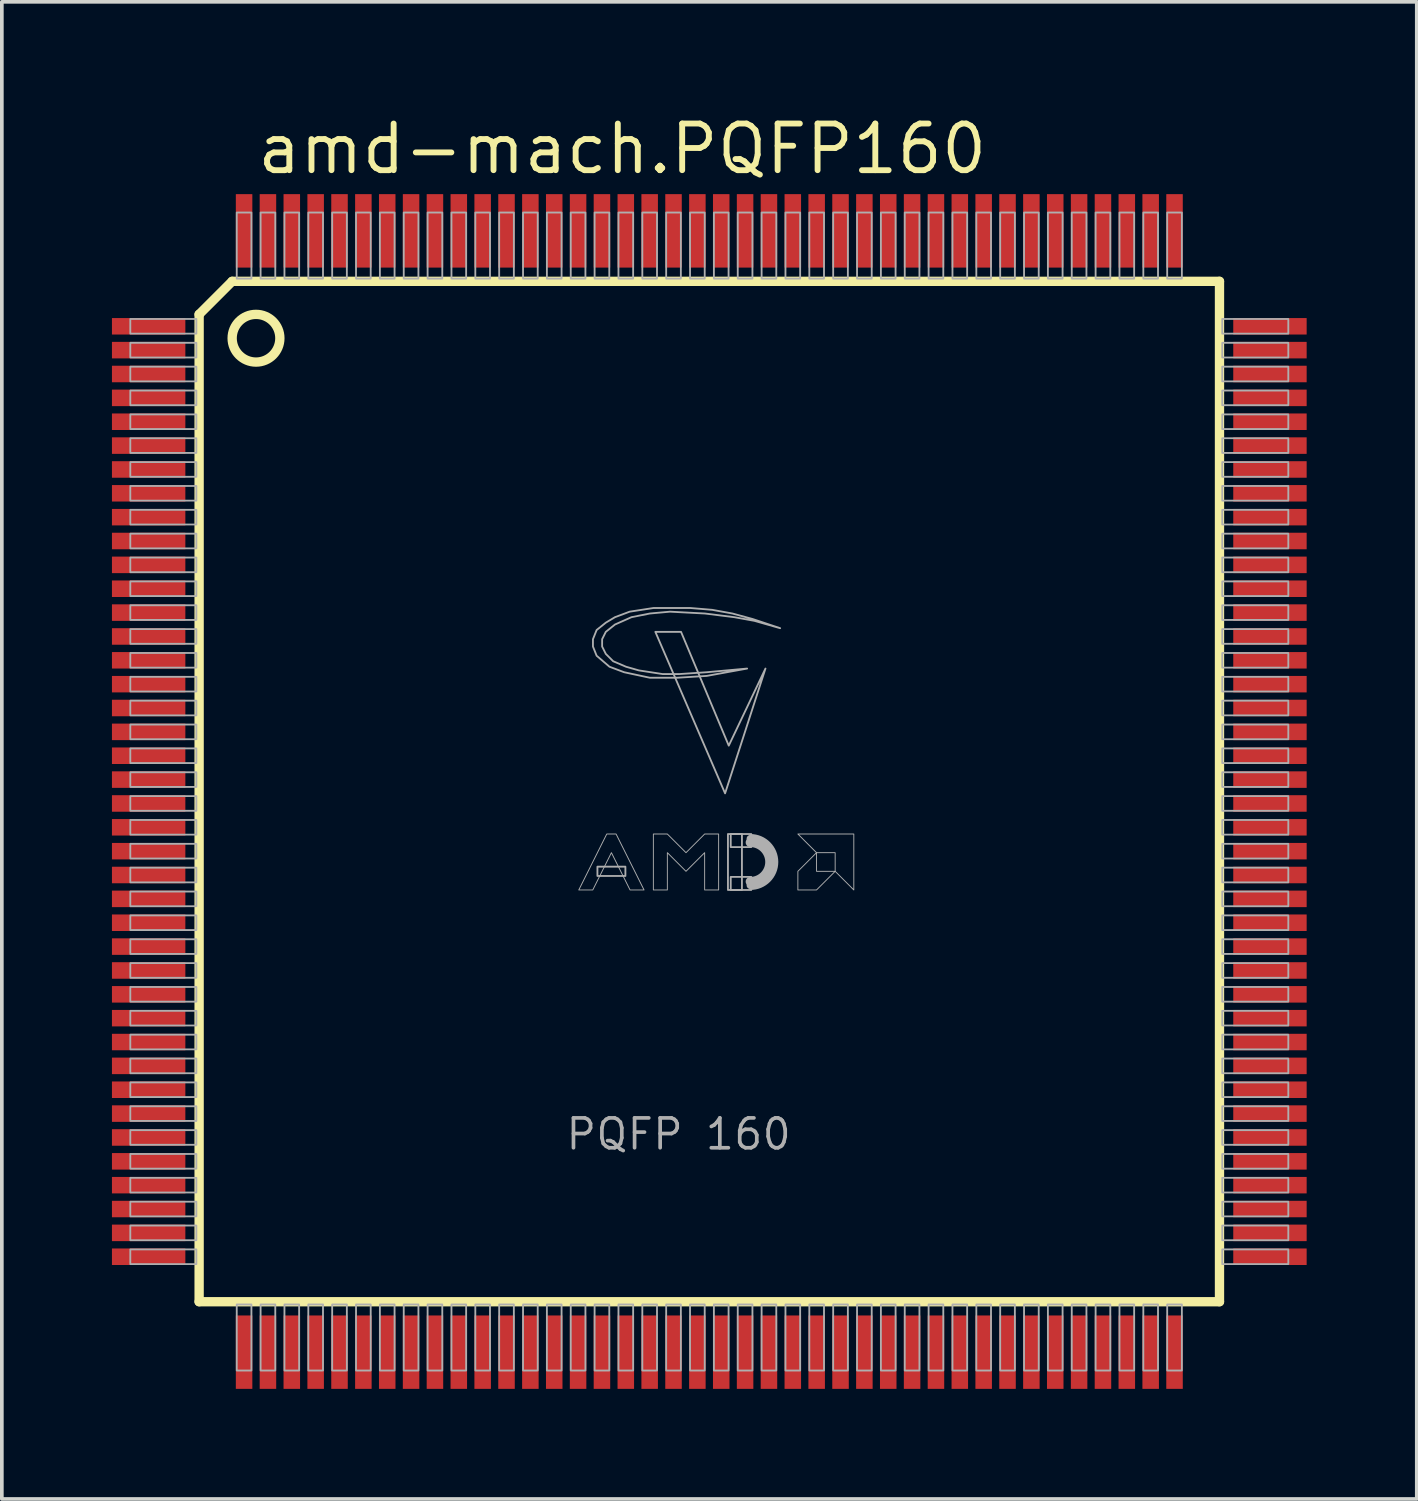
<source format=kicad_pcb>
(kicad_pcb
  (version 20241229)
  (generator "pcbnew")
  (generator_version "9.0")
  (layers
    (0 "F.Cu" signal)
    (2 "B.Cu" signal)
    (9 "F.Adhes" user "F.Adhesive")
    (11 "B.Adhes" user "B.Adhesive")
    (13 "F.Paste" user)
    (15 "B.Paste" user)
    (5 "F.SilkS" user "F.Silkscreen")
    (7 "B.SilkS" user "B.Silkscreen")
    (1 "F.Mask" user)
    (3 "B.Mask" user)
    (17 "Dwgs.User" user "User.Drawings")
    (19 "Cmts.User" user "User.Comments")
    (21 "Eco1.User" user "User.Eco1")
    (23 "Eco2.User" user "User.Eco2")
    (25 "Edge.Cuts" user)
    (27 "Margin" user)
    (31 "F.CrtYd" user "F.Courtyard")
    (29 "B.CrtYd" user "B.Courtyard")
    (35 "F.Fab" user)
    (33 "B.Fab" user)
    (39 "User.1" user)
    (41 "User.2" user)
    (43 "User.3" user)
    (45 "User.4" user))
  (footprint "amd-mach.PQFP160"
    (layer "F.Cu")
    (at 16.275 18.515)
    (property "Reference" "amd-mach.PQFP160" (at -12.395 -16.765 0) (layer "F.SilkS") (effects (font (size 1.27 1.27) (thickness 0.16)) (justify left bottom)))
    (attr smd)
    (fp_line (start -13.9 -13) (end -13 -13.9) (stroke (width 0.254) (type default)) (layer "F.SilkS"))
    (fp_line (start -13.9 13.9) (end -13.9 -13) (stroke (width 0.254) (type default)) (layer "F.SilkS"))
    (fp_line (start -13 -13.9) (end 13.9 -13.9) (stroke (width 0.254) (type default)) (layer "F.SilkS"))
    (fp_line (start 13.9 -13.9) (end 13.9 13.9) (stroke (width 0.254) (type default)) (layer "F.SilkS"))
    (fp_line (start 13.9 13.9) (end -13.9 13.9) (stroke (width 0.254) (type default)) (layer "F.SilkS"))
    (fp_circle (center -12.35 -12.35) (end -11.7 -12.35) (stroke (width 0.254) (type default)) (fill no) (layer "F.SilkS"))
    (fp_rect (start -15.775 -12.475) (end -13.975 -12.875) (stroke (width 0.05) (type default)) (fill no) (layer "F.Fab"))
    (fp_rect (start -15.775 -11.825) (end -13.975 -12.225) (stroke (width 0.05) (type default)) (fill no) (layer "F.Fab"))
    (fp_rect (start -15.775 -11.175) (end -13.975 -11.575) (stroke (width 0.05) (type default)) (fill no) (layer "F.Fab"))
    (fp_rect (start -15.775 -10.525) (end -13.975 -10.925) (stroke (width 0.05) (type default)) (fill no) (layer "F.Fab"))
    (fp_rect (start -15.775 -9.875) (end -13.975 -10.275) (stroke (width 0.05) (type default)) (fill no) (layer "F.Fab"))
    (fp_rect (start -15.775 -9.225) (end -13.975 -9.625) (stroke (width 0.05) (type default)) (fill no) (layer "F.Fab"))
    (fp_rect (start -15.775 -8.575) (end -13.975 -8.975) (stroke (width 0.05) (type default)) (fill no) (layer "F.Fab"))
    (fp_rect (start -15.775 -7.925) (end -13.975 -8.325) (stroke (width 0.05) (type default)) (fill no) (layer "F.Fab"))
    (fp_rect (start -15.775 -7.275) (end -13.975 -7.675) (stroke (width 0.05) (type default)) (fill no) (layer "F.Fab"))
    (fp_rect (start -15.775 -6.625) (end -13.975 -7.025) (stroke (width 0.05) (type default)) (fill no) (layer "F.Fab"))
    (fp_rect (start -15.775 -5.975) (end -13.975 -6.375) (stroke (width 0.05) (type default)) (fill no) (layer "F.Fab"))
    (fp_rect (start -15.775 -5.325) (end -13.975 -5.725) (stroke (width 0.05) (type default)) (fill no) (layer "F.Fab"))
    (fp_rect (start -15.775 -4.675) (end -13.975 -5.075) (stroke (width 0.05) (type default)) (fill no) (layer "F.Fab"))
    (fp_rect (start -15.775 -4.025) (end -13.975 -4.425) (stroke (width 0.05) (type default)) (fill no) (layer "F.Fab"))
    (fp_rect (start -15.775 -3.375) (end -13.975 -3.775) (stroke (width 0.05) (type default)) (fill no) (layer "F.Fab"))
    (fp_rect (start -15.775 -2.725) (end -13.975 -3.125) (stroke (width 0.05) (type default)) (fill no) (layer "F.Fab"))
    (fp_rect (start -15.775 -2.075) (end -13.975 -2.475) (stroke (width 0.05) (type default)) (fill no) (layer "F.Fab"))
    (fp_rect (start -15.775 -1.425) (end -13.975 -1.825) (stroke (width 0.05) (type default)) (fill no) (layer "F.Fab"))
    (fp_rect (start -15.775 -0.775) (end -13.975 -1.175) (stroke (width 0.05) (type default)) (fill no) (layer "F.Fab"))
    (fp_rect (start -15.775 -0.125) (end -13.975 -0.525) (stroke (width 0.05) (type default)) (fill no) (layer "F.Fab"))
    (fp_rect (start -15.775 0.525) (end -13.975 0.125) (stroke (width 0.05) (type default)) (fill no) (layer "F.Fab"))
    (fp_rect (start -15.775 1.175) (end -13.975 0.775) (stroke (width 0.05) (type default)) (fill no) (layer "F.Fab"))
    (fp_rect (start -15.775 1.825) (end -13.975 1.425) (stroke (width 0.05) (type default)) (fill no) (layer "F.Fab"))
    (fp_rect (start -15.775 2.475) (end -13.975 2.075) (stroke (width 0.05) (type default)) (fill no) (layer "F.Fab"))
    (fp_rect (start -15.775 3.125) (end -13.975 2.725) (stroke (width 0.05) (type default)) (fill no) (layer "F.Fab"))
    (fp_rect (start -15.775 3.775) (end -13.975 3.375) (stroke (width 0.05) (type default)) (fill no) (layer "F.Fab"))
    (fp_rect (start -15.775 4.425) (end -13.975 4.025) (stroke (width 0.05) (type default)) (fill no) (layer "F.Fab"))
    (fp_rect (start -15.775 5.075) (end -13.975 4.675) (stroke (width 0.05) (type default)) (fill no) (layer "F.Fab"))
    (fp_rect (start -15.775 5.725) (end -13.975 5.325) (stroke (width 0.05) (type default)) (fill no) (layer "F.Fab"))
    (fp_rect (start -15.775 6.375) (end -13.975 5.975) (stroke (width 0.05) (type default)) (fill no) (layer "F.Fab"))
    (fp_rect (start -15.775 7.025) (end -13.975 6.625) (stroke (width 0.05) (type default)) (fill no) (layer "F.Fab"))
    (fp_rect (start -15.775 7.675) (end -13.975 7.275) (stroke (width 0.05) (type default)) (fill no) (layer "F.Fab"))
    (fp_rect (start -15.775 8.325) (end -13.975 7.925) (stroke (width 0.05) (type default)) (fill no) (layer "F.Fab"))
    (fp_rect (start -15.775 8.975) (end -13.975 8.575) (stroke (width 0.05) (type default)) (fill no) (layer "F.Fab"))
    (fp_rect (start -15.775 9.625) (end -13.975 9.225) (stroke (width 0.05) (type default)) (fill no) (layer "F.Fab"))
    (fp_rect (start -15.775 10.275) (end -13.975 9.875) (stroke (width 0.05) (type default)) (fill no) (layer "F.Fab"))
    (fp_rect (start -15.775 10.925) (end -13.975 10.525) (stroke (width 0.05) (type default)) (fill no) (layer "F.Fab"))
    (fp_rect (start -15.775 11.575) (end -13.975 11.175) (stroke (width 0.05) (type default)) (fill no) (layer "F.Fab"))
    (fp_rect (start -15.775 12.225) (end -13.975 11.825) (stroke (width 0.05) (type default)) (fill no) (layer "F.Fab"))
    (fp_rect (start -15.775 12.875) (end -13.975 12.475) (stroke (width 0.05) (type default)) (fill no) (layer "F.Fab"))
    (fp_rect (start -12.875 -13.975) (end -12.475 -15.775) (stroke (width 0.05) (type default)) (fill no) (layer "F.Fab"))
    (fp_rect (start -12.875 15.775) (end -12.475 13.975) (stroke (width 0.05) (type default)) (fill no) (layer "F.Fab"))
    (fp_rect (start -12.225 -13.975) (end -11.825 -15.775) (stroke (width 0.05) (type default)) (fill no) (layer "F.Fab"))
    (fp_rect (start -12.225 15.775) (end -11.825 13.975) (stroke (width 0.05) (type default)) (fill no) (layer "F.Fab"))
    (fp_rect (start -11.575 -13.975) (end -11.175 -15.775) (stroke (width 0.05) (type default)) (fill no) (layer "F.Fab"))
    (fp_rect (start -11.575 15.775) (end -11.175 13.975) (stroke (width 0.05) (type default)) (fill no) (layer "F.Fab"))
    (fp_rect (start -10.925 -13.975) (end -10.525 -15.775) (stroke (width 0.05) (type default)) (fill no) (layer "F.Fab"))
    (fp_rect (start -10.925 15.775) (end -10.525 13.975) (stroke (width 0.05) (type default)) (fill no) (layer "F.Fab"))
    (fp_rect (start -10.275 -13.975) (end -9.875 -15.775) (stroke (width 0.05) (type default)) (fill no) (layer "F.Fab"))
    (fp_rect (start -10.275 15.775) (end -9.875 13.975) (stroke (width 0.05) (type default)) (fill no) (layer "F.Fab"))
    (fp_rect (start -9.625 -13.975) (end -9.225 -15.775) (stroke (width 0.05) (type default)) (fill no) (layer "F.Fab"))
    (fp_rect (start -9.625 15.775) (end -9.225 13.975) (stroke (width 0.05) (type default)) (fill no) (layer "F.Fab"))
    (fp_rect (start -8.975 -13.975) (end -8.575 -15.775) (stroke (width 0.05) (type default)) (fill no) (layer "F.Fab"))
    (fp_rect (start -8.975 15.775) (end -8.575 13.975) (stroke (width 0.05) (type default)) (fill no) (layer "F.Fab"))
    (fp_rect (start -8.325 -13.975) (end -7.925 -15.775) (stroke (width 0.05) (type default)) (fill no) (layer "F.Fab"))
    (fp_rect (start -8.325 15.775) (end -7.925 13.975) (stroke (width 0.05) (type default)) (fill no) (layer "F.Fab"))
    (fp_rect (start -7.675 -13.975) (end -7.275 -15.775) (stroke (width 0.05) (type default)) (fill no) (layer "F.Fab"))
    (fp_rect (start -7.675 15.775) (end -7.275 13.975) (stroke (width 0.05) (type default)) (fill no) (layer "F.Fab"))
    (fp_rect (start -7.025 -13.975) (end -6.625 -15.775) (stroke (width 0.05) (type default)) (fill no) (layer "F.Fab"))
    (fp_rect (start -7.025 15.775) (end -6.625 13.975) (stroke (width 0.05) (type default)) (fill no) (layer "F.Fab"))
    (fp_rect (start -6.375 -13.975) (end -5.975 -15.775) (stroke (width 0.05) (type default)) (fill no) (layer "F.Fab"))
    (fp_rect (start -6.375 15.775) (end -5.975 13.975) (stroke (width 0.05) (type default)) (fill no) (layer "F.Fab"))
    (fp_rect (start -5.725 -13.975) (end -5.325 -15.775) (stroke (width 0.05) (type default)) (fill no) (layer "F.Fab"))
    (fp_rect (start -5.725 15.775) (end -5.325 13.975) (stroke (width 0.05) (type default)) (fill no) (layer "F.Fab"))
    (fp_rect (start -5.075 -13.975) (end -4.675 -15.775) (stroke (width 0.05) (type default)) (fill no) (layer "F.Fab"))
    (fp_rect (start -5.075 15.775) (end -4.675 13.975) (stroke (width 0.05) (type default)) (fill no) (layer "F.Fab"))
    (fp_rect (start -4.425 -13.975) (end -4.025 -15.775) (stroke (width 0.05) (type default)) (fill no) (layer "F.Fab"))
    (fp_rect (start -4.425 15.775) (end -4.025 13.975) (stroke (width 0.05) (type default)) (fill no) (layer "F.Fab"))
    (fp_rect (start -3.775 -13.975) (end -3.375 -15.775) (stroke (width 0.05) (type default)) (fill no) (layer "F.Fab"))
    (fp_rect (start -3.775 15.775) (end -3.375 13.975) (stroke (width 0.05) (type default)) (fill no) (layer "F.Fab"))
    (fp_rect (start -3.125 -13.975) (end -2.725 -15.775) (stroke (width 0.05) (type default)) (fill no) (layer "F.Fab"))
    (fp_rect (start -3.125 15.775) (end -2.725 13.975) (stroke (width 0.05) (type default)) (fill no) (layer "F.Fab"))
    (fp_rect (start -3.048 2.301) (end -2.286 2.047) (stroke (width 0.05) (type default)) (fill no) (layer "F.Fab"))
    (fp_rect (start -2.475 -13.975) (end -2.075 -15.775) (stroke (width 0.05) (type default)) (fill no) (layer "F.Fab"))
    (fp_rect (start -2.475 15.775) (end -2.075 13.975) (stroke (width 0.05) (type default)) (fill no) (layer "F.Fab"))
    (fp_rect (start -1.825 -13.975) (end -1.425 -15.775) (stroke (width 0.05) (type default)) (fill no) (layer "F.Fab"))
    (fp_rect (start -1.825 15.775) (end -1.425 13.975) (stroke (width 0.05) (type default)) (fill no) (layer "F.Fab"))
    (fp_rect (start -1.175 -13.975) (end -0.775 -15.775) (stroke (width 0.05) (type default)) (fill no) (layer "F.Fab"))
    (fp_rect (start -1.175 15.775) (end -0.775 13.975) (stroke (width 0.05) (type default)) (fill no) (layer "F.Fab"))
    (fp_rect (start -0.525 -13.975) (end -0.125 -15.775) (stroke (width 0.05) (type default)) (fill no) (layer "F.Fab"))
    (fp_rect (start -0.525 15.775) (end -0.125 13.975) (stroke (width 0.05) (type default)) (fill no) (layer "F.Fab"))
    (fp_rect (start 0.125 -13.975) (end 0.525 -15.775) (stroke (width 0.05) (type default)) (fill no) (layer "F.Fab"))
    (fp_rect (start 0.125 15.775) (end 0.525 13.975) (stroke (width 0.05) (type default)) (fill no) (layer "F.Fab"))
    (fp_rect (start 0.508 2.682) (end 0.889 1.158) (stroke (width 0.05) (type default)) (fill no) (layer "F.Fab"))
    (fp_rect (start 0.584 1.514) (end 1.143 1.158) (stroke (width 0.05) (type default)) (fill no) (layer "F.Fab"))
    (fp_rect (start 0.584 2.682) (end 1.143 2.326) (stroke (width 0.05) (type default)) (fill no) (layer "F.Fab"))
    (fp_rect (start 0.775 -13.975) (end 1.175 -15.775) (stroke (width 0.05) (type default)) (fill no) (layer "F.Fab"))
    (fp_rect (start 0.775 15.775) (end 1.175 13.975) (stroke (width 0.05) (type default)) (fill no) (layer "F.Fab"))
    (fp_rect (start 1.425 -13.975) (end 1.825 -15.775) (stroke (width 0.05) (type default)) (fill no) (layer "F.Fab"))
    (fp_rect (start 1.425 15.775) (end 1.825 13.975) (stroke (width 0.05) (type default)) (fill no) (layer "F.Fab"))
    (fp_rect (start 2.075 -13.975) (end 2.475 -15.775) (stroke (width 0.05) (type default)) (fill no) (layer "F.Fab"))
    (fp_rect (start 2.075 15.775) (end 2.475 13.975) (stroke (width 0.05) (type default)) (fill no) (layer "F.Fab"))
    (fp_rect (start 2.725 -13.975) (end 3.125 -15.775) (stroke (width 0.05) (type default)) (fill no) (layer "F.Fab"))
    (fp_rect (start 2.725 15.775) (end 3.125 13.975) (stroke (width 0.05) (type default)) (fill no) (layer "F.Fab"))
    (fp_rect (start 3.375 -13.975) (end 3.775 -15.775) (stroke (width 0.05) (type default)) (fill no) (layer "F.Fab"))
    (fp_rect (start 3.375 15.775) (end 3.775 13.975) (stroke (width 0.05) (type default)) (fill no) (layer "F.Fab"))
    (fp_rect (start 4.025 -13.975) (end 4.425 -15.775) (stroke (width 0.05) (type default)) (fill no) (layer "F.Fab"))
    (fp_rect (start 4.025 15.775) (end 4.425 13.975) (stroke (width 0.05) (type default)) (fill no) (layer "F.Fab"))
    (fp_rect (start 4.675 -13.975) (end 5.075 -15.775) (stroke (width 0.05) (type default)) (fill no) (layer "F.Fab"))
    (fp_rect (start 4.675 15.775) (end 5.075 13.975) (stroke (width 0.05) (type default)) (fill no) (layer "F.Fab"))
    (fp_rect (start 5.325 -13.975) (end 5.725 -15.775) (stroke (width 0.05) (type default)) (fill no) (layer "F.Fab"))
    (fp_rect (start 5.325 15.775) (end 5.725 13.975) (stroke (width 0.05) (type default)) (fill no) (layer "F.Fab"))
    (fp_rect (start 5.975 -13.975) (end 6.375 -15.775) (stroke (width 0.05) (type default)) (fill no) (layer "F.Fab"))
    (fp_rect (start 5.975 15.775) (end 6.375 13.975) (stroke (width 0.05) (type default)) (fill no) (layer "F.Fab"))
    (fp_rect (start 6.625 -13.975) (end 7.025 -15.775) (stroke (width 0.05) (type default)) (fill no) (layer "F.Fab"))
    (fp_rect (start 6.625 15.775) (end 7.025 13.975) (stroke (width 0.05) (type default)) (fill no) (layer "F.Fab"))
    (fp_rect (start 7.275 -13.975) (end 7.675 -15.775) (stroke (width 0.05) (type default)) (fill no) (layer "F.Fab"))
    (fp_rect (start 7.275 15.775) (end 7.675 13.975) (stroke (width 0.05) (type default)) (fill no) (layer "F.Fab"))
    (fp_rect (start 7.925 -13.975) (end 8.325 -15.775) (stroke (width 0.05) (type default)) (fill no) (layer "F.Fab"))
    (fp_rect (start 7.925 15.775) (end 8.325 13.975) (stroke (width 0.05) (type default)) (fill no) (layer "F.Fab"))
    (fp_rect (start 8.575 -13.975) (end 8.975 -15.775) (stroke (width 0.05) (type default)) (fill no) (layer "F.Fab"))
    (fp_rect (start 8.575 15.775) (end 8.975 13.975) (stroke (width 0.05) (type default)) (fill no) (layer "F.Fab"))
    (fp_rect (start 9.225 -13.975) (end 9.625 -15.775) (stroke (width 0.05) (type default)) (fill no) (layer "F.Fab"))
    (fp_rect (start 9.225 15.775) (end 9.625 13.975) (stroke (width 0.05) (type default)) (fill no) (layer "F.Fab"))
    (fp_rect (start 9.875 -13.975) (end 10.275 -15.775) (stroke (width 0.05) (type default)) (fill no) (layer "F.Fab"))
    (fp_rect (start 9.875 15.775) (end 10.275 13.975) (stroke (width 0.05) (type default)) (fill no) (layer "F.Fab"))
    (fp_rect (start 10.525 -13.975) (end 10.925 -15.775) (stroke (width 0.05) (type default)) (fill no) (layer "F.Fab"))
    (fp_rect (start 10.525 15.775) (end 10.925 13.975) (stroke (width 0.05) (type default)) (fill no) (layer "F.Fab"))
    (fp_rect (start 11.175 -13.975) (end 11.575 -15.775) (stroke (width 0.05) (type default)) (fill no) (layer "F.Fab"))
    (fp_rect (start 11.175 15.775) (end 11.575 13.975) (stroke (width 0.05) (type default)) (fill no) (layer "F.Fab"))
    (fp_rect (start 11.825 -13.975) (end 12.225 -15.775) (stroke (width 0.05) (type default)) (fill no) (layer "F.Fab"))
    (fp_rect (start 11.825 15.775) (end 12.225 13.975) (stroke (width 0.05) (type default)) (fill no) (layer "F.Fab"))
    (fp_rect (start 12.475 -13.975) (end 12.875 -15.775) (stroke (width 0.05) (type default)) (fill no) (layer "F.Fab"))
    (fp_rect (start 12.475 15.775) (end 12.875 13.975) (stroke (width 0.05) (type default)) (fill no) (layer "F.Fab"))
    (fp_rect (start 13.975 -12.475) (end 15.775 -12.875) (stroke (width 0.05) (type default)) (fill no) (layer "F.Fab"))
    (fp_rect (start 13.975 -11.825) (end 15.775 -12.225) (stroke (width 0.05) (type default)) (fill no) (layer "F.Fab"))
    (fp_rect (start 13.975 -11.175) (end 15.775 -11.575) (stroke (width 0.05) (type default)) (fill no) (layer "F.Fab"))
    (fp_rect (start 13.975 -10.525) (end 15.775 -10.925) (stroke (width 0.05) (type default)) (fill no) (layer "F.Fab"))
    (fp_rect (start 13.975 -9.875) (end 15.775 -10.275) (stroke (width 0.05) (type default)) (fill no) (layer "F.Fab"))
    (fp_rect (start 13.975 -9.225) (end 15.775 -9.625) (stroke (width 0.05) (type default)) (fill no) (layer "F.Fab"))
    (fp_rect (start 13.975 -8.575) (end 15.775 -8.975) (stroke (width 0.05) (type default)) (fill no) (layer "F.Fab"))
    (fp_rect (start 13.975 -7.925) (end 15.775 -8.325) (stroke (width 0.05) (type default)) (fill no) (layer "F.Fab"))
    (fp_rect (start 13.975 -7.275) (end 15.775 -7.675) (stroke (width 0.05) (type default)) (fill no) (layer "F.Fab"))
    (fp_rect (start 13.975 -6.625) (end 15.775 -7.025) (stroke (width 0.05) (type default)) (fill no) (layer "F.Fab"))
    (fp_rect (start 13.975 -5.975) (end 15.775 -6.375) (stroke (width 0.05) (type default)) (fill no) (layer "F.Fab"))
    (fp_rect (start 13.975 -5.325) (end 15.775 -5.725) (stroke (width 0.05) (type default)) (fill no) (layer "F.Fab"))
    (fp_rect (start 13.975 -4.675) (end 15.775 -5.075) (stroke (width 0.05) (type default)) (fill no) (layer "F.Fab"))
    (fp_rect (start 13.975 -4.025) (end 15.775 -4.425) (stroke (width 0.05) (type default)) (fill no) (layer "F.Fab"))
    (fp_rect (start 13.975 -3.375) (end 15.775 -3.775) (stroke (width 0.05) (type default)) (fill no) (layer "F.Fab"))
    (fp_rect (start 13.975 -2.725) (end 15.775 -3.125) (stroke (width 0.05) (type default)) (fill no) (layer "F.Fab"))
    (fp_rect (start 13.975 -2.075) (end 15.775 -2.475) (stroke (width 0.05) (type default)) (fill no) (layer "F.Fab"))
    (fp_rect (start 13.975 -1.425) (end 15.775 -1.825) (stroke (width 0.05) (type default)) (fill no) (layer "F.Fab"))
    (fp_rect (start 13.975 -0.775) (end 15.775 -1.175) (stroke (width 0.05) (type default)) (fill no) (layer "F.Fab"))
    (fp_rect (start 13.975 -0.125) (end 15.775 -0.525) (stroke (width 0.05) (type default)) (fill no) (layer "F.Fab"))
    (fp_rect (start 13.975 0.525) (end 15.775 0.125) (stroke (width 0.05) (type default)) (fill no) (layer "F.Fab"))
    (fp_rect (start 13.975 1.175) (end 15.775 0.775) (stroke (width 0.05) (type default)) (fill no) (layer "F.Fab"))
    (fp_rect (start 13.975 1.825) (end 15.775 1.425) (stroke (width 0.05) (type default)) (fill no) (layer "F.Fab"))
    (fp_rect (start 13.975 2.475) (end 15.775 2.075) (stroke (width 0.05) (type default)) (fill no) (layer "F.Fab"))
    (fp_rect (start 13.975 3.125) (end 15.775 2.725) (stroke (width 0.05) (type default)) (fill no) (layer "F.Fab"))
    (fp_rect (start 13.975 3.775) (end 15.775 3.375) (stroke (width 0.05) (type default)) (fill no) (layer "F.Fab"))
    (fp_rect (start 13.975 4.425) (end 15.775 4.025) (stroke (width 0.05) (type default)) (fill no) (layer "F.Fab"))
    (fp_rect (start 13.975 5.075) (end 15.775 4.675) (stroke (width 0.05) (type default)) (fill no) (layer "F.Fab"))
    (fp_rect (start 13.975 5.725) (end 15.775 5.325) (stroke (width 0.05) (type default)) (fill no) (layer "F.Fab"))
    (fp_rect (start 13.975 6.375) (end 15.775 5.975) (stroke (width 0.05) (type default)) (fill no) (layer "F.Fab"))
    (fp_rect (start 13.975 7.025) (end 15.775 6.625) (stroke (width 0.05) (type default)) (fill no) (layer "F.Fab"))
    (fp_rect (start 13.975 7.675) (end 15.775 7.275) (stroke (width 0.05) (type default)) (fill no) (layer "F.Fab"))
    (fp_rect (start 13.975 8.325) (end 15.775 7.925) (stroke (width 0.05) (type default)) (fill no) (layer "F.Fab"))
    (fp_rect (start 13.975 8.975) (end 15.775 8.575) (stroke (width 0.05) (type default)) (fill no) (layer "F.Fab"))
    (fp_rect (start 13.975 9.625) (end 15.775 9.225) (stroke (width 0.05) (type default)) (fill no) (layer "F.Fab"))
    (fp_rect (start 13.975 10.275) (end 15.775 9.875) (stroke (width 0.05) (type default)) (fill no) (layer "F.Fab"))
    (fp_rect (start 13.975 10.925) (end 15.775 10.525) (stroke (width 0.05) (type default)) (fill no) (layer "F.Fab"))
    (fp_rect (start 13.975 11.575) (end 15.775 11.175) (stroke (width 0.05) (type default)) (fill no) (layer "F.Fab"))
    (fp_rect (start 13.975 12.225) (end 15.775 11.825) (stroke (width 0.05) (type default)) (fill no) (layer "F.Fab"))
    (fp_rect (start 13.975 12.875) (end 15.775 12.475) (stroke (width 0.05) (type default)) (fill no) (layer "F.Fab"))
    (fp_arc (start 1.1176 1.1834) (mid 1.8542 1.92) (end 1.1176 2.6566) (stroke (width 0.0508) (type default)) (layer "F.Fab"))
    (fp_arc (start 1.1176 1.285) (mid 1.7526 1.92) (end 1.1176 2.555) (stroke (width 0.2032) (type default)) (layer "F.Fab"))
    (fp_arc (start 1.1176 1.3866) (mid 1.651 1.92) (end 1.1176 2.4534) (stroke (width 0.254) (type default)) (layer "F.Fab"))
    (fp_poly (pts (xy -1.47 -4.35) (xy -0.77 -4.35) (xy 0.53 -1.25) (xy 1.53 -3.35) (xy 0.43 0.05)) (stroke (width 0.05) (type default)) (fill no) (layer "F.Fab"))
    (fp_poly (pts (xy 2.413 1.158) (xy 3.937 1.158) (xy 3.937 2.682) (xy 3.429 2.174) (xy 3.429 1.666) (xy 2.921 1.666)) (stroke (width 0.025) (type default)) (fill no) (layer "F.Fab"))
    (fp_poly (pts (xy 2.921 1.666) (xy 2.413 2.174) (xy 2.413 2.682) (xy 2.921 2.682) (xy 3.429 2.174) (xy 2.921 2.174)) (stroke (width 0.025) (type default)) (fill no) (layer "F.Fab"))
    (fp_poly (pts (xy -3.556 2.682) (xy -2.794 1.158) (xy -2.54 1.158) (xy -1.778 2.682) (xy -2.159 2.682) (xy -2.667 1.666) (xy -3.175 2.682)) (stroke (width 0.025) (type default)) (fill no) (layer "F.Fab"))
    (fp_poly (pts (xy -1.524 2.682) (xy -1.524 1.158) (xy -1.143 1.158) (xy -0.635 1.666) (xy -0.127 1.158) (xy 0.254 1.158) (xy 0.254 2.682) (xy -0.127 2.682) (xy -0.127 1.666) (xy -0.635 2.174) (xy -1.143 1.666) (xy -1.143 2.682)) (stroke (width 0.025) (type default)) (fill no) (layer "F.Fab"))
    (fp_poly (pts (xy 1.93 -4.45) (xy 1.18 -4.7) (xy 0.63 -4.85) (xy 0.08 -4.95) (xy -0.52 -5) (xy -1.52 -5) (xy -2.17 -4.9) (xy -2.57 -4.75) (xy -2.82 -4.6) (xy -3.07 -4.4) (xy -3.17 -4.15) (xy -3.17 -3.95) (xy -3.07 -3.7) (xy -2.72 -3.4) (xy -2.32 -3.25) (xy -1.62 -3.1) (xy -0.87 -3.1) (xy -0.07 -3.15) (xy 1.03 -3.35) (xy -0.07 -3.25) (xy -0.82 -3.2) (xy -1.27 -3.2) (xy -1.92 -3.3) (xy -2.27 -3.4) (xy -2.62 -3.55) (xy -2.82 -3.75) (xy -2.92 -3.95) (xy -2.92 -4.15) (xy -2.82 -4.35) (xy -2.57 -4.55) (xy -2.12 -4.75) (xy -1.62 -4.85) (xy -1.07 -4.9) (xy -0.12 -4.85) (xy 0.68 -4.75) (xy 1.23 -4.65)) (stroke (width 0.05) (type default)) (fill no) (layer "F.Fab"))
    (fp_text user "PQFP 160" (at -3.96 9.81 0) (layer "F.Fab") (effects (font (size 0.813 0.813) (thickness 0.1)) (justify left bottom)))
    (pad "1" smd roundrect (at -15.275 -12.675) (size 2 0.45) (layers "F.Cu" "F.Mask" "F.Paste") (roundrect_rratio 0.01))
    (pad "2" smd roundrect (at -15.275 -12.025) (size 2 0.45) (layers "F.Cu" "F.Mask" "F.Paste") (roundrect_rratio 0.01))
    (pad "3" smd roundrect (at -15.275 -11.375) (size 2 0.45) (layers "F.Cu" "F.Mask" "F.Paste") (roundrect_rratio 0.01))
    (pad "4" smd roundrect (at -15.275 -10.725) (size 2 0.45) (layers "F.Cu" "F.Mask" "F.Paste") (roundrect_rratio 0.01))
    (pad "5" smd roundrect (at -15.275 -10.075) (size 2 0.45) (layers "F.Cu" "F.Mask" "F.Paste") (roundrect_rratio 0.01))
    (pad "6" smd roundrect (at -15.275 -9.425) (size 2 0.45) (layers "F.Cu" "F.Mask" "F.Paste") (roundrect_rratio 0.01))
    (pad "7" smd roundrect (at -15.275 -8.775) (size 2 0.45) (layers "F.Cu" "F.Mask" "F.Paste") (roundrect_rratio 0.01))
    (pad "8" smd roundrect (at -15.275 -8.125) (size 2 0.45) (layers "F.Cu" "F.Mask" "F.Paste") (roundrect_rratio 0.01))
    (pad "9" smd roundrect (at -15.275 -7.475) (size 2 0.45) (layers "F.Cu" "F.Mask" "F.Paste") (roundrect_rratio 0.01))
    (pad "10" smd roundrect (at -15.275 -6.825) (size 2 0.45) (layers "F.Cu" "F.Mask" "F.Paste") (roundrect_rratio 0.01))
    (pad "11" smd roundrect (at -15.275 -6.175) (size 2 0.45) (layers "F.Cu" "F.Mask" "F.Paste") (roundrect_rratio 0.01))
    (pad "12" smd roundrect (at -15.275 -5.525) (size 2 0.45) (layers "F.Cu" "F.Mask" "F.Paste") (roundrect_rratio 0.01))
    (pad "13" smd roundrect (at -15.275 -4.875) (size 2 0.45) (layers "F.Cu" "F.Mask" "F.Paste") (roundrect_rratio 0.01))
    (pad "14" smd roundrect (at -15.275 -4.225) (size 2 0.45) (layers "F.Cu" "F.Mask" "F.Paste") (roundrect_rratio 0.01))
    (pad "15" smd roundrect (at -15.275 -3.575) (size 2 0.45) (layers "F.Cu" "F.Mask" "F.Paste") (roundrect_rratio 0.01))
    (pad "16" smd roundrect (at -15.275 -2.925) (size 2 0.45) (layers "F.Cu" "F.Mask" "F.Paste") (roundrect_rratio 0.01))
    (pad "17" smd roundrect (at -15.275 -2.275) (size 2 0.45) (layers "F.Cu" "F.Mask" "F.Paste") (roundrect_rratio 0.01))
    (pad "18" smd roundrect (at -15.275 -1.625) (size 2 0.45) (layers "F.Cu" "F.Mask" "F.Paste") (roundrect_rratio 0.01))
    (pad "19" smd roundrect (at -15.275 -0.975) (size 2 0.45) (layers "F.Cu" "F.Mask" "F.Paste") (roundrect_rratio 0.01))
    (pad "20" smd roundrect (at -15.275 -0.325) (size 2 0.45) (layers "F.Cu" "F.Mask" "F.Paste") (roundrect_rratio 0.01))
    (pad "21" smd roundrect (at -15.275 0.325) (size 2 0.45) (layers "F.Cu" "F.Mask" "F.Paste") (roundrect_rratio 0.01))
    (pad "22" smd roundrect (at -15.275 0.975) (size 2 0.45) (layers "F.Cu" "F.Mask" "F.Paste") (roundrect_rratio 0.01))
    (pad "23" smd roundrect (at -15.275 1.625) (size 2 0.45) (layers "F.Cu" "F.Mask" "F.Paste") (roundrect_rratio 0.01))
    (pad "24" smd roundrect (at -15.275 2.275) (size 2 0.45) (layers "F.Cu" "F.Mask" "F.Paste") (roundrect_rratio 0.01))
    (pad "25" smd roundrect (at -15.275 2.925) (size 2 0.45) (layers "F.Cu" "F.Mask" "F.Paste") (roundrect_rratio 0.01))
    (pad "26" smd roundrect (at -15.275 3.575) (size 2 0.45) (layers "F.Cu" "F.Mask" "F.Paste") (roundrect_rratio 0.01))
    (pad "27" smd roundrect (at -15.275 4.225) (size 2 0.45) (layers "F.Cu" "F.Mask" "F.Paste") (roundrect_rratio 0.01))
    (pad "28" smd roundrect (at -15.275 4.875) (size 2 0.45) (layers "F.Cu" "F.Mask" "F.Paste") (roundrect_rratio 0.01))
    (pad "29" smd roundrect (at -15.275 5.525) (size 2 0.45) (layers "F.Cu" "F.Mask" "F.Paste") (roundrect_rratio 0.01))
    (pad "30" smd roundrect (at -15.275 6.175) (size 2 0.45) (layers "F.Cu" "F.Mask" "F.Paste") (roundrect_rratio 0.01))
    (pad "31" smd roundrect (at -15.275 6.825) (size 2 0.45) (layers "F.Cu" "F.Mask" "F.Paste") (roundrect_rratio 0.01))
    (pad "32" smd roundrect (at -15.275 7.475) (size 2 0.45) (layers "F.Cu" "F.Mask" "F.Paste") (roundrect_rratio 0.01))
    (pad "33" smd roundrect (at -15.275 8.125) (size 2 0.45) (layers "F.Cu" "F.Mask" "F.Paste") (roundrect_rratio 0.01))
    (pad "34" smd roundrect (at -15.275 8.775) (size 2 0.45) (layers "F.Cu" "F.Mask" "F.Paste") (roundrect_rratio 0.01))
    (pad "35" smd roundrect (at -15.275 9.425) (size 2 0.45) (layers "F.Cu" "F.Mask" "F.Paste") (roundrect_rratio 0.01))
    (pad "36" smd roundrect (at -15.275 10.075) (size 2 0.45) (layers "F.Cu" "F.Mask" "F.Paste") (roundrect_rratio 0.01))
    (pad "37" smd roundrect (at -15.275 10.725) (size 2 0.45) (layers "F.Cu" "F.Mask" "F.Paste") (roundrect_rratio 0.01))
    (pad "38" smd roundrect (at -15.275 11.375) (size 2 0.45) (layers "F.Cu" "F.Mask" "F.Paste") (roundrect_rratio 0.01))
    (pad "39" smd roundrect (at -15.275 12.025) (size 2 0.45) (layers "F.Cu" "F.Mask" "F.Paste") (roundrect_rratio 0.01))
    (pad "40" smd roundrect (at -15.275 12.675) (size 2 0.45) (layers "F.Cu" "F.Mask" "F.Paste") (roundrect_rratio 0.01))
    (pad "41" smd roundrect (at -12.675 15.275) (size 0.45 2) (layers "F.Cu" "F.Mask" "F.Paste") (roundrect_rratio 0.01))
    (pad "42" smd roundrect (at -12.025 15.275) (size 0.45 2) (layers "F.Cu" "F.Mask" "F.Paste") (roundrect_rratio 0.01))
    (pad "43" smd roundrect (at -11.375 15.275) (size 0.45 2) (layers "F.Cu" "F.Mask" "F.Paste") (roundrect_rratio 0.01))
    (pad "44" smd roundrect (at -10.725 15.275) (size 0.45 2) (layers "F.Cu" "F.Mask" "F.Paste") (roundrect_rratio 0.01))
    (pad "45" smd roundrect (at -10.075 15.275) (size 0.45 2) (layers "F.Cu" "F.Mask" "F.Paste") (roundrect_rratio 0.01))
    (pad "46" smd roundrect (at -9.425 15.275) (size 0.45 2) (layers "F.Cu" "F.Mask" "F.Paste") (roundrect_rratio 0.01))
    (pad "47" smd roundrect (at -8.775 15.275) (size 0.45 2) (layers "F.Cu" "F.Mask" "F.Paste") (roundrect_rratio 0.01))
    (pad "48" smd roundrect (at -8.125 15.275) (size 0.45 2) (layers "F.Cu" "F.Mask" "F.Paste") (roundrect_rratio 0.01))
    (pad "49" smd roundrect (at -7.475 15.275) (size 0.45 2) (layers "F.Cu" "F.Mask" "F.Paste") (roundrect_rratio 0.01))
    (pad "50" smd roundrect (at -6.825 15.275) (size 0.45 2) (layers "F.Cu" "F.Mask" "F.Paste") (roundrect_rratio 0.01))
    (pad "51" smd roundrect (at -6.175 15.275) (size 0.45 2) (layers "F.Cu" "F.Mask" "F.Paste") (roundrect_rratio 0.01))
    (pad "52" smd roundrect (at -5.525 15.275) (size 0.45 2) (layers "F.Cu" "F.Mask" "F.Paste") (roundrect_rratio 0.01))
    (pad "53" smd roundrect (at -4.875 15.275) (size 0.45 2) (layers "F.Cu" "F.Mask" "F.Paste") (roundrect_rratio 0.01))
    (pad "54" smd roundrect (at -4.225 15.275) (size 0.45 2) (layers "F.Cu" "F.Mask" "F.Paste") (roundrect_rratio 0.01))
    (pad "55" smd roundrect (at -3.575 15.275) (size 0.45 2) (layers "F.Cu" "F.Mask" "F.Paste") (roundrect_rratio 0.01))
    (pad "56" smd roundrect (at -2.925 15.275) (size 0.45 2) (layers "F.Cu" "F.Mask" "F.Paste") (roundrect_rratio 0.01))
    (pad "57" smd roundrect (at -2.275 15.275) (size 0.45 2) (layers "F.Cu" "F.Mask" "F.Paste") (roundrect_rratio 0.01))
    (pad "58" smd roundrect (at -1.625 15.275) (size 0.45 2) (layers "F.Cu" "F.Mask" "F.Paste") (roundrect_rratio 0.01))
    (pad "59" smd roundrect (at -0.975 15.275) (size 0.45 2) (layers "F.Cu" "F.Mask" "F.Paste") (roundrect_rratio 0.01))
    (pad "60" smd roundrect (at -0.325 15.275) (size 0.45 2) (layers "F.Cu" "F.Mask" "F.Paste") (roundrect_rratio 0.01))
    (pad "61" smd roundrect (at 0.325 15.275) (size 0.45 2) (layers "F.Cu" "F.Mask" "F.Paste") (roundrect_rratio 0.01))
    (pad "62" smd roundrect (at 0.975 15.275) (size 0.45 2) (layers "F.Cu" "F.Mask" "F.Paste") (roundrect_rratio 0.01))
    (pad "63" smd roundrect (at 1.625 15.275) (size 0.45 2) (layers "F.Cu" "F.Mask" "F.Paste") (roundrect_rratio 0.01))
    (pad "64" smd roundrect (at 2.275 15.275) (size 0.45 2) (layers "F.Cu" "F.Mask" "F.Paste") (roundrect_rratio 0.01))
    (pad "65" smd roundrect (at 2.925 15.275) (size 0.45 2) (layers "F.Cu" "F.Mask" "F.Paste") (roundrect_rratio 0.01))
    (pad "66" smd roundrect (at 3.575 15.275) (size 0.45 2) (layers "F.Cu" "F.Mask" "F.Paste") (roundrect_rratio 0.01))
    (pad "67" smd roundrect (at 4.225 15.275) (size 0.45 2) (layers "F.Cu" "F.Mask" "F.Paste") (roundrect_rratio 0.01))
    (pad "68" smd roundrect (at 4.875 15.275) (size 0.45 2) (layers "F.Cu" "F.Mask" "F.Paste") (roundrect_rratio 0.01))
    (pad "69" smd roundrect (at 5.525 15.275) (size 0.45 2) (layers "F.Cu" "F.Mask" "F.Paste") (roundrect_rratio 0.01))
    (pad "70" smd roundrect (at 6.175 15.275) (size 0.45 2) (layers "F.Cu" "F.Mask" "F.Paste") (roundrect_rratio 0.01))
    (pad "71" smd roundrect (at 6.825 15.275) (size 0.45 2) (layers "F.Cu" "F.Mask" "F.Paste") (roundrect_rratio 0.01))
    (pad "72" smd roundrect (at 7.475 15.275) (size 0.45 2) (layers "F.Cu" "F.Mask" "F.Paste") (roundrect_rratio 0.01))
    (pad "73" smd roundrect (at 8.125 15.275) (size 0.45 2) (layers "F.Cu" "F.Mask" "F.Paste") (roundrect_rratio 0.01))
    (pad "74" smd roundrect (at 8.775 15.275) (size 0.45 2) (layers "F.Cu" "F.Mask" "F.Paste") (roundrect_rratio 0.01))
    (pad "75" smd roundrect (at 9.425 15.275) (size 0.45 2) (layers "F.Cu" "F.Mask" "F.Paste") (roundrect_rratio 0.01))
    (pad "76" smd roundrect (at 10.075 15.275) (size 0.45 2) (layers "F.Cu" "F.Mask" "F.Paste") (roundrect_rratio 0.01))
    (pad "77" smd roundrect (at 10.725 15.275) (size 0.45 2) (layers "F.Cu" "F.Mask" "F.Paste") (roundrect_rratio 0.01))
    (pad "78" smd roundrect (at 11.375 15.275) (size 0.45 2) (layers "F.Cu" "F.Mask" "F.Paste") (roundrect_rratio 0.01))
    (pad "79" smd roundrect (at 12.025 15.275) (size 0.45 2) (layers "F.Cu" "F.Mask" "F.Paste") (roundrect_rratio 0.01))
    (pad "80" smd roundrect (at 12.675 15.275) (size 0.45 2) (layers "F.Cu" "F.Mask" "F.Paste") (roundrect_rratio 0.01))
    (pad "81" smd roundrect (at 15.275 12.675) (size 2 0.45) (layers "F.Cu" "F.Mask" "F.Paste") (roundrect_rratio 0.01))
    (pad "82" smd roundrect (at 15.275 12.025) (size 2 0.45) (layers "F.Cu" "F.Mask" "F.Paste") (roundrect_rratio 0.01))
    (pad "83" smd roundrect (at 15.275 11.375) (size 2 0.45) (layers "F.Cu" "F.Mask" "F.Paste") (roundrect_rratio 0.01))
    (pad "84" smd roundrect (at 15.275 10.725) (size 2 0.45) (layers "F.Cu" "F.Mask" "F.Paste") (roundrect_rratio 0.01))
    (pad "85" smd roundrect (at 15.275 10.075) (size 2 0.45) (layers "F.Cu" "F.Mask" "F.Paste") (roundrect_rratio 0.01))
    (pad "86" smd roundrect (at 15.275 9.425) (size 2 0.45) (layers "F.Cu" "F.Mask" "F.Paste") (roundrect_rratio 0.01))
    (pad "87" smd roundrect (at 15.275 8.775) (size 2 0.45) (layers "F.Cu" "F.Mask" "F.Paste") (roundrect_rratio 0.01))
    (pad "88" smd roundrect (at 15.275 8.125) (size 2 0.45) (layers "F.Cu" "F.Mask" "F.Paste") (roundrect_rratio 0.01))
    (pad "89" smd roundrect (at 15.275 7.475) (size 2 0.45) (layers "F.Cu" "F.Mask" "F.Paste") (roundrect_rratio 0.01))
    (pad "90" smd roundrect (at 15.275 6.825) (size 2 0.45) (layers "F.Cu" "F.Mask" "F.Paste") (roundrect_rratio 0.01))
    (pad "91" smd roundrect (at 15.275 6.175) (size 2 0.45) (layers "F.Cu" "F.Mask" "F.Paste") (roundrect_rratio 0.01))
    (pad "92" smd roundrect (at 15.275 5.525) (size 2 0.45) (layers "F.Cu" "F.Mask" "F.Paste") (roundrect_rratio 0.01))
    (pad "93" smd roundrect (at 15.275 4.875) (size 2 0.45) (layers "F.Cu" "F.Mask" "F.Paste") (roundrect_rratio 0.01))
    (pad "94" smd roundrect (at 15.275 4.225) (size 2 0.45) (layers "F.Cu" "F.Mask" "F.Paste") (roundrect_rratio 0.01))
    (pad "95" smd roundrect (at 15.275 3.575) (size 2 0.45) (layers "F.Cu" "F.Mask" "F.Paste") (roundrect_rratio 0.01))
    (pad "96" smd roundrect (at 15.275 2.925) (size 2 0.45) (layers "F.Cu" "F.Mask" "F.Paste") (roundrect_rratio 0.01))
    (pad "97" smd roundrect (at 15.275 2.275) (size 2 0.45) (layers "F.Cu" "F.Mask" "F.Paste") (roundrect_rratio 0.01))
    (pad "98" smd roundrect (at 15.275 1.625) (size 2 0.45) (layers "F.Cu" "F.Mask" "F.Paste") (roundrect_rratio 0.01))
    (pad "99" smd roundrect (at 15.275 0.975) (size 2 0.45) (layers "F.Cu" "F.Mask" "F.Paste") (roundrect_rratio 0.01))
    (pad "100" smd roundrect (at 15.275 0.325) (size 2 0.45) (layers "F.Cu" "F.Mask" "F.Paste") (roundrect_rratio 0.01))
    (pad "101" smd roundrect (at 15.275 -0.325) (size 2 0.45) (layers "F.Cu" "F.Mask" "F.Paste") (roundrect_rratio 0.01))
    (pad "102" smd roundrect (at 15.275 -0.975) (size 2 0.45) (layers "F.Cu" "F.Mask" "F.Paste") (roundrect_rratio 0.01))
    (pad "103" smd roundrect (at 15.275 -1.625) (size 2 0.45) (layers "F.Cu" "F.Mask" "F.Paste") (roundrect_rratio 0.01))
    (pad "104" smd roundrect (at 15.275 -2.275) (size 2 0.45) (layers "F.Cu" "F.Mask" "F.Paste") (roundrect_rratio 0.01))
    (pad "105" smd roundrect (at 15.275 -2.925) (size 2 0.45) (layers "F.Cu" "F.Mask" "F.Paste") (roundrect_rratio 0.01))
    (pad "106" smd roundrect (at 15.275 -3.575) (size 2 0.45) (layers "F.Cu" "F.Mask" "F.Paste") (roundrect_rratio 0.01))
    (pad "107" smd roundrect (at 15.275 -4.225) (size 2 0.45) (layers "F.Cu" "F.Mask" "F.Paste") (roundrect_rratio 0.01))
    (pad "108" smd roundrect (at 15.275 -4.875) (size 2 0.45) (layers "F.Cu" "F.Mask" "F.Paste") (roundrect_rratio 0.01))
    (pad "109" smd roundrect (at 15.275 -5.525) (size 2 0.45) (layers "F.Cu" "F.Mask" "F.Paste") (roundrect_rratio 0.01))
    (pad "110" smd roundrect (at 15.275 -6.175) (size 2 0.45) (layers "F.Cu" "F.Mask" "F.Paste") (roundrect_rratio 0.01))
    (pad "111" smd roundrect (at 15.275 -6.825) (size 2 0.45) (layers "F.Cu" "F.Mask" "F.Paste") (roundrect_rratio 0.01))
    (pad "112" smd roundrect (at 15.275 -7.475) (size 2 0.45) (layers "F.Cu" "F.Mask" "F.Paste") (roundrect_rratio 0.01))
    (pad "113" smd roundrect (at 15.275 -8.125) (size 2 0.45) (layers "F.Cu" "F.Mask" "F.Paste") (roundrect_rratio 0.01))
    (pad "114" smd roundrect (at 15.275 -8.775) (size 2 0.45) (layers "F.Cu" "F.Mask" "F.Paste") (roundrect_rratio 0.01))
    (pad "115" smd roundrect (at 15.275 -9.425) (size 2 0.45) (layers "F.Cu" "F.Mask" "F.Paste") (roundrect_rratio 0.01))
    (pad "116" smd roundrect (at 15.275 -10.075) (size 2 0.45) (layers "F.Cu" "F.Mask" "F.Paste") (roundrect_rratio 0.01))
    (pad "117" smd roundrect (at 15.275 -10.725) (size 2 0.45) (layers "F.Cu" "F.Mask" "F.Paste") (roundrect_rratio 0.01))
    (pad "118" smd roundrect (at 15.275 -11.375) (size 2 0.45) (layers "F.Cu" "F.Mask" "F.Paste") (roundrect_rratio 0.01))
    (pad "119" smd roundrect (at 15.275 -12.025) (size 2 0.45) (layers "F.Cu" "F.Mask" "F.Paste") (roundrect_rratio 0.01))
    (pad "120" smd roundrect (at 15.275 -12.675) (size 2 0.45) (layers "F.Cu" "F.Mask" "F.Paste") (roundrect_rratio 0.01))
    (pad "121" smd roundrect (at 12.675 -15.275) (size 0.45 2) (layers "F.Cu" "F.Mask" "F.Paste") (roundrect_rratio 0.01))
    (pad "122" smd roundrect (at 12.025 -15.275) (size 0.45 2) (layers "F.Cu" "F.Mask" "F.Paste") (roundrect_rratio 0.01))
    (pad "123" smd roundrect (at 11.375 -15.275) (size 0.45 2) (layers "F.Cu" "F.Mask" "F.Paste") (roundrect_rratio 0.01))
    (pad "124" smd roundrect (at 10.725 -15.275) (size 0.45 2) (layers "F.Cu" "F.Mask" "F.Paste") (roundrect_rratio 0.01))
    (pad "125" smd roundrect (at 10.075 -15.275) (size 0.45 2) (layers "F.Cu" "F.Mask" "F.Paste") (roundrect_rratio 0.01))
    (pad "126" smd roundrect (at 9.425 -15.275) (size 0.45 2) (layers "F.Cu" "F.Mask" "F.Paste") (roundrect_rratio 0.01))
    (pad "127" smd roundrect (at 8.775 -15.275) (size 0.45 2) (layers "F.Cu" "F.Mask" "F.Paste") (roundrect_rratio 0.01))
    (pad "128" smd roundrect (at 8.125 -15.275) (size 0.45 2) (layers "F.Cu" "F.Mask" "F.Paste") (roundrect_rratio 0.01))
    (pad "129" smd roundrect (at 7.475 -15.275) (size 0.45 2) (layers "F.Cu" "F.Mask" "F.Paste") (roundrect_rratio 0.01))
    (pad "130" smd roundrect (at 6.825 -15.275) (size 0.45 2) (layers "F.Cu" "F.Mask" "F.Paste") (roundrect_rratio 0.01))
    (pad "131" smd roundrect (at 6.175 -15.275) (size 0.45 2) (layers "F.Cu" "F.Mask" "F.Paste") (roundrect_rratio 0.01))
    (pad "132" smd roundrect (at 5.525 -15.275) (size 0.45 2) (layers "F.Cu" "F.Mask" "F.Paste") (roundrect_rratio 0.01))
    (pad "133" smd roundrect (at 4.875 -15.275) (size 0.45 2) (layers "F.Cu" "F.Mask" "F.Paste") (roundrect_rratio 0.01))
    (pad "134" smd roundrect (at 4.225 -15.275) (size 0.45 2) (layers "F.Cu" "F.Mask" "F.Paste") (roundrect_rratio 0.01))
    (pad "135" smd roundrect (at 3.575 -15.275) (size 0.45 2) (layers "F.Cu" "F.Mask" "F.Paste") (roundrect_rratio 0.01))
    (pad "136" smd roundrect (at 2.925 -15.275) (size 0.45 2) (layers "F.Cu" "F.Mask" "F.Paste") (roundrect_rratio 0.01))
    (pad "137" smd roundrect (at 2.275 -15.275) (size 0.45 2) (layers "F.Cu" "F.Mask" "F.Paste") (roundrect_rratio 0.01))
    (pad "138" smd roundrect (at 1.625 -15.275) (size 0.45 2) (layers "F.Cu" "F.Mask" "F.Paste") (roundrect_rratio 0.01))
    (pad "139" smd roundrect (at 0.975 -15.275) (size 0.45 2) (layers "F.Cu" "F.Mask" "F.Paste") (roundrect_rratio 0.01))
    (pad "140" smd roundrect (at 0.325 -15.275) (size 0.45 2) (layers "F.Cu" "F.Mask" "F.Paste") (roundrect_rratio 0.01))
    (pad "141" smd roundrect (at -0.325 -15.275) (size 0.45 2) (layers "F.Cu" "F.Mask" "F.Paste") (roundrect_rratio 0.01))
    (pad "142" smd roundrect (at -0.975 -15.275) (size 0.45 2) (layers "F.Cu" "F.Mask" "F.Paste") (roundrect_rratio 0.01))
    (pad "143" smd roundrect (at -1.625 -15.275) (size 0.45 2) (layers "F.Cu" "F.Mask" "F.Paste") (roundrect_rratio 0.01))
    (pad "144" smd roundrect (at -2.275 -15.275) (size 0.45 2) (layers "F.Cu" "F.Mask" "F.Paste") (roundrect_rratio 0.01))
    (pad "145" smd roundrect (at -2.925 -15.275) (size 0.45 2) (layers "F.Cu" "F.Mask" "F.Paste") (roundrect_rratio 0.01))
    (pad "146" smd roundrect (at -3.575 -15.275) (size 0.45 2) (layers "F.Cu" "F.Mask" "F.Paste") (roundrect_rratio 0.01))
    (pad "147" smd roundrect (at -4.225 -15.275) (size 0.45 2) (layers "F.Cu" "F.Mask" "F.Paste") (roundrect_rratio 0.01))
    (pad "148" smd roundrect (at -4.875 -15.275) (size 0.45 2) (layers "F.Cu" "F.Mask" "F.Paste") (roundrect_rratio 0.01))
    (pad "149" smd roundrect (at -5.525 -15.275) (size 0.45 2) (layers "F.Cu" "F.Mask" "F.Paste") (roundrect_rratio 0.01))
    (pad "150" smd roundrect (at -6.175 -15.275) (size 0.45 2) (layers "F.Cu" "F.Mask" "F.Paste") (roundrect_rratio 0.01))
    (pad "151" smd roundrect (at -6.825 -15.275) (size 0.45 2) (layers "F.Cu" "F.Mask" "F.Paste") (roundrect_rratio 0.01))
    (pad "152" smd roundrect (at -7.475 -15.275) (size 0.45 2) (layers "F.Cu" "F.Mask" "F.Paste") (roundrect_rratio 0.01))
    (pad "153" smd roundrect (at -8.125 -15.275) (size 0.45 2) (layers "F.Cu" "F.Mask" "F.Paste") (roundrect_rratio 0.01))
    (pad "154" smd roundrect (at -8.775 -15.275) (size 0.45 2) (layers "F.Cu" "F.Mask" "F.Paste") (roundrect_rratio 0.01))
    (pad "155" smd roundrect (at -9.425 -15.275) (size 0.45 2) (layers "F.Cu" "F.Mask" "F.Paste") (roundrect_rratio 0.01))
    (pad "156" smd roundrect (at -10.075 -15.275) (size 0.45 2) (layers "F.Cu" "F.Mask" "F.Paste") (roundrect_rratio 0.01))
    (pad "157" smd roundrect (at -10.725 -15.275) (size 0.45 2) (layers "F.Cu" "F.Mask" "F.Paste") (roundrect_rratio 0.01))
    (pad "158" smd roundrect (at -11.375 -15.275) (size 0.45 2) (layers "F.Cu" "F.Mask" "F.Paste") (roundrect_rratio 0.01))
    (pad "159" smd roundrect (at -12.025 -15.275) (size 0.45 2) (layers "F.Cu" "F.Mask" "F.Paste") (roundrect_rratio 0.01))
    (pad "160" smd roundrect (at -12.675 -15.275) (size 0.45 2) (layers "F.Cu" "F.Mask" "F.Paste") (roundrect_rratio 0.01)))
  (gr_rect
    (start -3 -3)
    (end 35.55 37.79)
    (stroke (width 0.1) (type default))
    (fill no)
    (layer "Edge.Cuts")))
</source>
